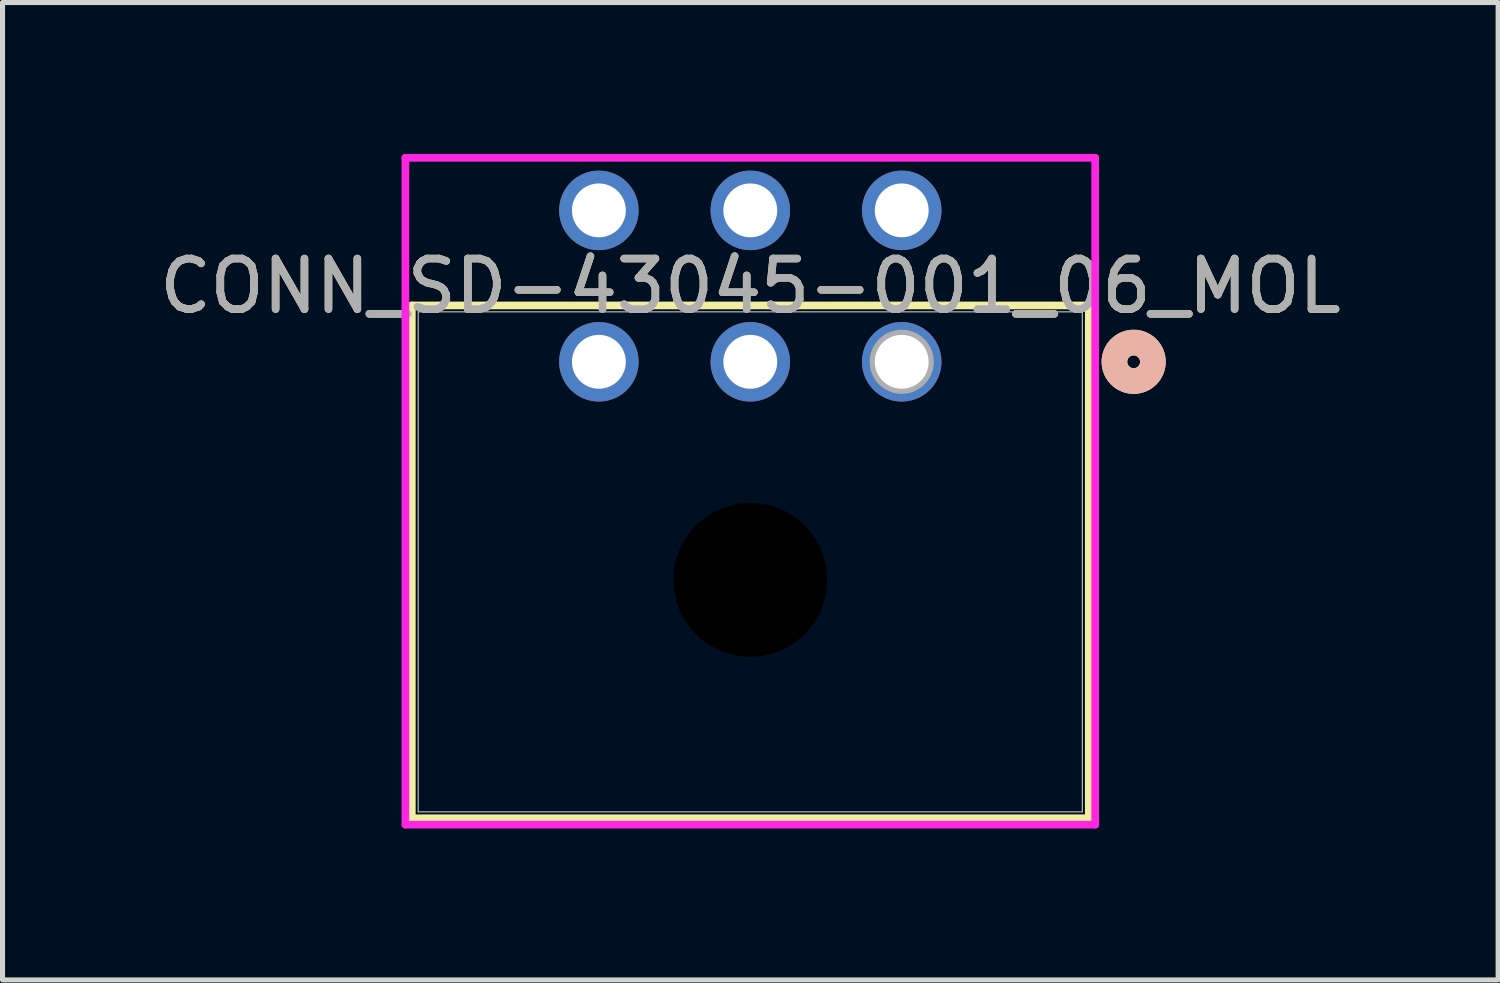
<source format=kicad_pcb>
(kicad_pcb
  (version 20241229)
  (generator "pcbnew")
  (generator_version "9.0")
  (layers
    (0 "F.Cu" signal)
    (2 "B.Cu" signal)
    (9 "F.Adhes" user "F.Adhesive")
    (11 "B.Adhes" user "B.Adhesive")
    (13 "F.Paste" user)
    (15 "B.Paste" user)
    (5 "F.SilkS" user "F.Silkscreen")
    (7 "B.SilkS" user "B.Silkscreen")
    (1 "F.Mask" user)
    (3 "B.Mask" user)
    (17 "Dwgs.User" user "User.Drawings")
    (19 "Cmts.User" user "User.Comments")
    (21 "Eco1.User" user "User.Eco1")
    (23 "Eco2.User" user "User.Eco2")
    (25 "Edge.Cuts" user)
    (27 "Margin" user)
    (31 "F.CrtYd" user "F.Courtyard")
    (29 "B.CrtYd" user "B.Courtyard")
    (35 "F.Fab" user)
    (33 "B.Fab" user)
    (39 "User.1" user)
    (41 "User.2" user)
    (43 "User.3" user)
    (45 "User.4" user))
  (footprint "CONN_SD-43045-001_06_MOL"
    (layer "F.Cu")
    (at 14.815 4.118)
    (property "Reference" "CONN_SD-43045-001_06_MOL" (at -3 -1.5 0) (unlocked yes) (layer "F.SilkS") (effects (font (size 1 1) (thickness 0.15))))
    (attr through_hole)
    (fp_line (start -9.706 -1.117) (end -9.706 9.043) (stroke (width 0.152) (type solid)) (layer "F.SilkS"))
    (fp_line (start -9.706 9.043) (end 3.706 9.043) (stroke (width 0.152) (type solid)) (layer "F.SilkS"))
    (fp_line (start 3.706 -1.117) (end -9.706 -1.117) (stroke (width 0.152) (type solid)) (layer "F.SilkS"))
    (fp_line (start 3.706 9.043) (end 3.706 -1.117) (stroke (width 0.152) (type solid)) (layer "F.SilkS"))
    (fp_circle (center 4.595 0) (end 4.976 0) (stroke (width 0.508) (type solid)) (fill no) (layer "F.SilkS"))
    (fp_circle (center 4.595 0) (end 4.976 0) (stroke (width 0.508) (type solid)) (fill no) (layer "B.SilkS"))
    (fp_line (start -9.833 -4.041) (end -9.833 9.17) (stroke (width 0.152) (type solid)) (layer "F.CrtYd"))
    (fp_line (start -9.833 9.17) (end 3.833 9.17) (stroke (width 0.152) (type solid)) (layer "F.CrtYd"))
    (fp_line (start 3.833 -4.041) (end -9.833 -4.041) (stroke (width 0.152) (type solid)) (layer "F.CrtYd"))
    (fp_line (start 3.833 9.17) (end 3.833 -4.041) (stroke (width 0.152) (type solid)) (layer "F.CrtYd"))
    (fp_line (start -9.579 -0.99) (end -9.579 8.916) (stroke (width 0.025) (type solid)) (layer "F.Fab"))
    (fp_line (start -9.579 8.916) (end 3.579 8.916) (stroke (width 0.025) (type solid)) (layer "F.Fab"))
    (fp_line (start 3.579 -0.99) (end -9.579 -0.99) (stroke (width 0.025) (type solid)) (layer "F.Fab"))
    (fp_line (start 3.579 8.916) (end 3.579 -0.99) (stroke (width 0.025) (type solid)) (layer "F.Fab"))
    (fp_circle (center 0 0) (end 0.381 0) (stroke (width 0.508) (type solid)) (fill no) (layer "F.Fab"))
    (fp_text user "${REFERENCE}" (at -3 -1.5 0) (unlocked yes) (layer "F.Fab") (effects (font (size 1 1) (thickness 0.15))))
    (pad "" np_thru_hole circle (at -3 4.32) (size 3.048 3.048) (drill 3.048) (layers))
    (pad "1" thru_hole circle (at 0 0) (size 1.575 1.575) (drill 1.067) (layers "*.Cu" "*.Mask"))
    (pad "2" thru_hole circle (at -3 0) (size 1.575 1.575) (drill 1.067) (layers "*.Cu" "*.Mask"))
    (pad "3" thru_hole circle (at -6 0) (size 1.575 1.575) (drill 1.067) (layers "*.Cu" "*.Mask"))
    (pad "4" thru_hole circle (at 0 -3) (size 1.575 1.575) (drill 1.067) (layers "*.Cu" "*.Mask"))
    (pad "5" thru_hole circle (at -3 -3) (size 1.575 1.575) (drill 1.067) (layers "*.Cu" "*.Mask"))
    (pad "6" thru_hole circle (at -6 -3) (size 1.575 1.575) (drill 1.067) (layers "*.Cu" "*.Mask")))
  (gr_rect
    (start -3 -3)
    (end 26.631 16.364)
    (stroke (width 0.1) (type default))
    (fill no)
    (layer "Edge.Cuts")))
</source>
